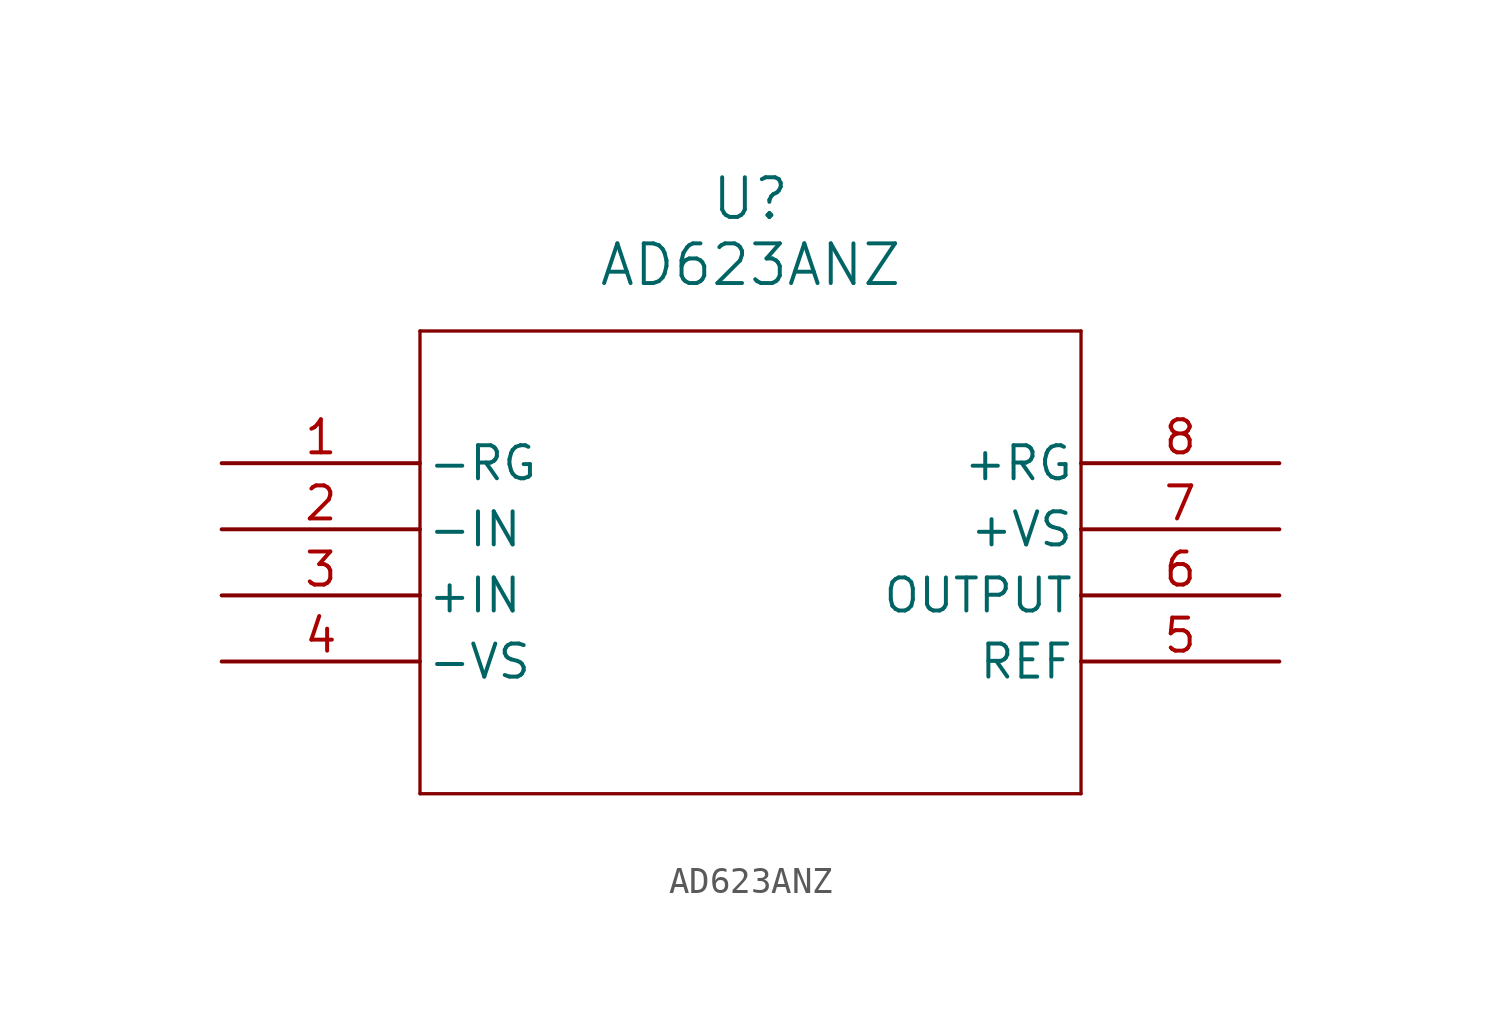
<source format=kicad_sym>
(kicad_symbol_lib
  (version 20231120)
  (generator "kicad_symbol_editor")
  (generator_version "8.0")
  (symbol "AD623ANZ"
    (pin_names
      (offset 0.254))
    (property "Reference" "U"
      (at 20.32 10.16 0)
      (effects (font (size 1.524 1.524))))
    (property "Value" "AD623ANZ"
      (at 20.32 7.62 0)
      (effects (font (size 1.524 1.524))))
    (symbol "AD623ANZ_0_1"
      (polyline (pts (xy 7.62 -12.7) (xy 33.02 -12.7)) (stroke (width 0.127) (type default)) (fill (type none)))
      (polyline (pts (xy 7.62 5.08) (xy 7.62 -12.7)) (stroke (width 0.127) (type default)) (fill (type none)))
      (polyline (pts (xy 33.02 -12.7) (xy 33.02 5.08)) (stroke (width 0.127) (type default)) (fill (type none)))
      (polyline (pts (xy 33.02 5.08) (xy 7.62 5.08)) (stroke (width 0.127) (type default)) (fill (type none)))
      (pin unspecified line (at 0 0 0) (length 7.62) (name "-RG" (effects (font (size 1.27 1.27)))) (number "1" (effects (font (size 1.27 1.27)))))
      (pin unspecified line (at 0 -2.54 0) (length 7.62) (name "-IN" (effects (font (size 1.27 1.27)))) (number "2" (effects (font (size 1.27 1.27)))))
      (pin unspecified line (at 0 -5.08 0) (length 7.62) (name "+IN" (effects (font (size 1.27 1.27)))) (number "3" (effects (font (size 1.27 1.27)))))
      (pin power_in line (at 0 -7.62 0) (length 7.62) (name "-VS" (effects (font (size 1.27 1.27)))) (number "4" (effects (font (size 1.27 1.27)))))
      (pin unspecified line (at 40.64 -7.62 180) (length 7.62) (name "REF" (effects (font (size 1.27 1.27)))) (number "5" (effects (font (size 1.27 1.27)))))
      (pin unspecified line (at 40.64 -5.08 180) (length 7.62) (name "OUTPUT" (effects (font (size 1.27 1.27)))) (number "6" (effects (font (size 1.27 1.27)))))
      (pin power_in line (at 40.64 -2.54 180) (length 7.62) (name "+VS" (effects (font (size 1.27 1.27)))) (number "7" (effects (font (size 1.27 1.27)))))
      (pin unspecified line (at 40.64 0 180) (length 7.62) (name "+RG" (effects (font (size 1.27 1.27)))) (number "8" (effects (font (size 1.27 1.27))))))))
</source>
